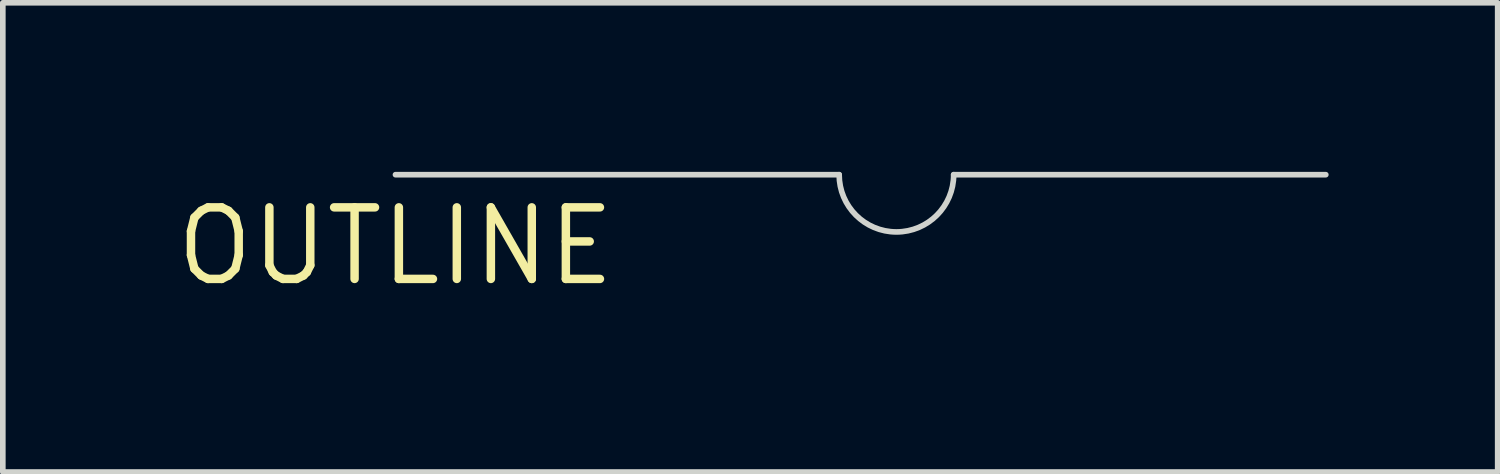
<source format=kicad_pcb>
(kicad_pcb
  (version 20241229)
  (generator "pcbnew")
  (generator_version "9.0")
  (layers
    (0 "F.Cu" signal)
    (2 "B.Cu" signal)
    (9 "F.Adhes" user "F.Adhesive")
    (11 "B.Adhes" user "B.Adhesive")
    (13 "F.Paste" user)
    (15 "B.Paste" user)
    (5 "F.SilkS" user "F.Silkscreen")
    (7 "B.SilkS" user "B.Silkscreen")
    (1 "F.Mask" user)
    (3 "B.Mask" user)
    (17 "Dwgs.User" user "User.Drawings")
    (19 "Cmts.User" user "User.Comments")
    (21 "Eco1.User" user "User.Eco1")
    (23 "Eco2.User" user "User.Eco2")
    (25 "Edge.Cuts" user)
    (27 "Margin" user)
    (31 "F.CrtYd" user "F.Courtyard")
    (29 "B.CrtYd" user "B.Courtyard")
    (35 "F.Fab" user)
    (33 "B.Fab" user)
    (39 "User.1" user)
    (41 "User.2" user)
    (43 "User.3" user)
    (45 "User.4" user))
  (footprint "OUTLINE"
    (layer "F.Cu")
    (at 3.968 1.32)
    (property "Reference" "OUTLINE" (at 0 0 0) (layer "F.SilkS") (effects (font (size 1.27 1.27) (thickness 0.15))))
    (attr through_hole)
    (fp_line (start 0 -1.27) (end 7.874 -1.27) (stroke (width 0.1) (type solid)) (layer "Edge.Cuts"))
    (fp_line (start 16.51 -1.27) (end 9.906 -1.27) (stroke (width 0.1) (type solid)) (layer "Edge.Cuts"))
    (fp_arc (start 9.906 -1.27) (mid 8.89 -0.254) (end 7.874 -1.27) (stroke (width 0.1) (type solid)) (layer "Edge.Cuts")))
  (gr_rect
    (start -3 -3)
    (end 23.528 5.326)
    (stroke (width 0.1) (type default))
    (fill no)
    (layer "Edge.Cuts")))
</source>
